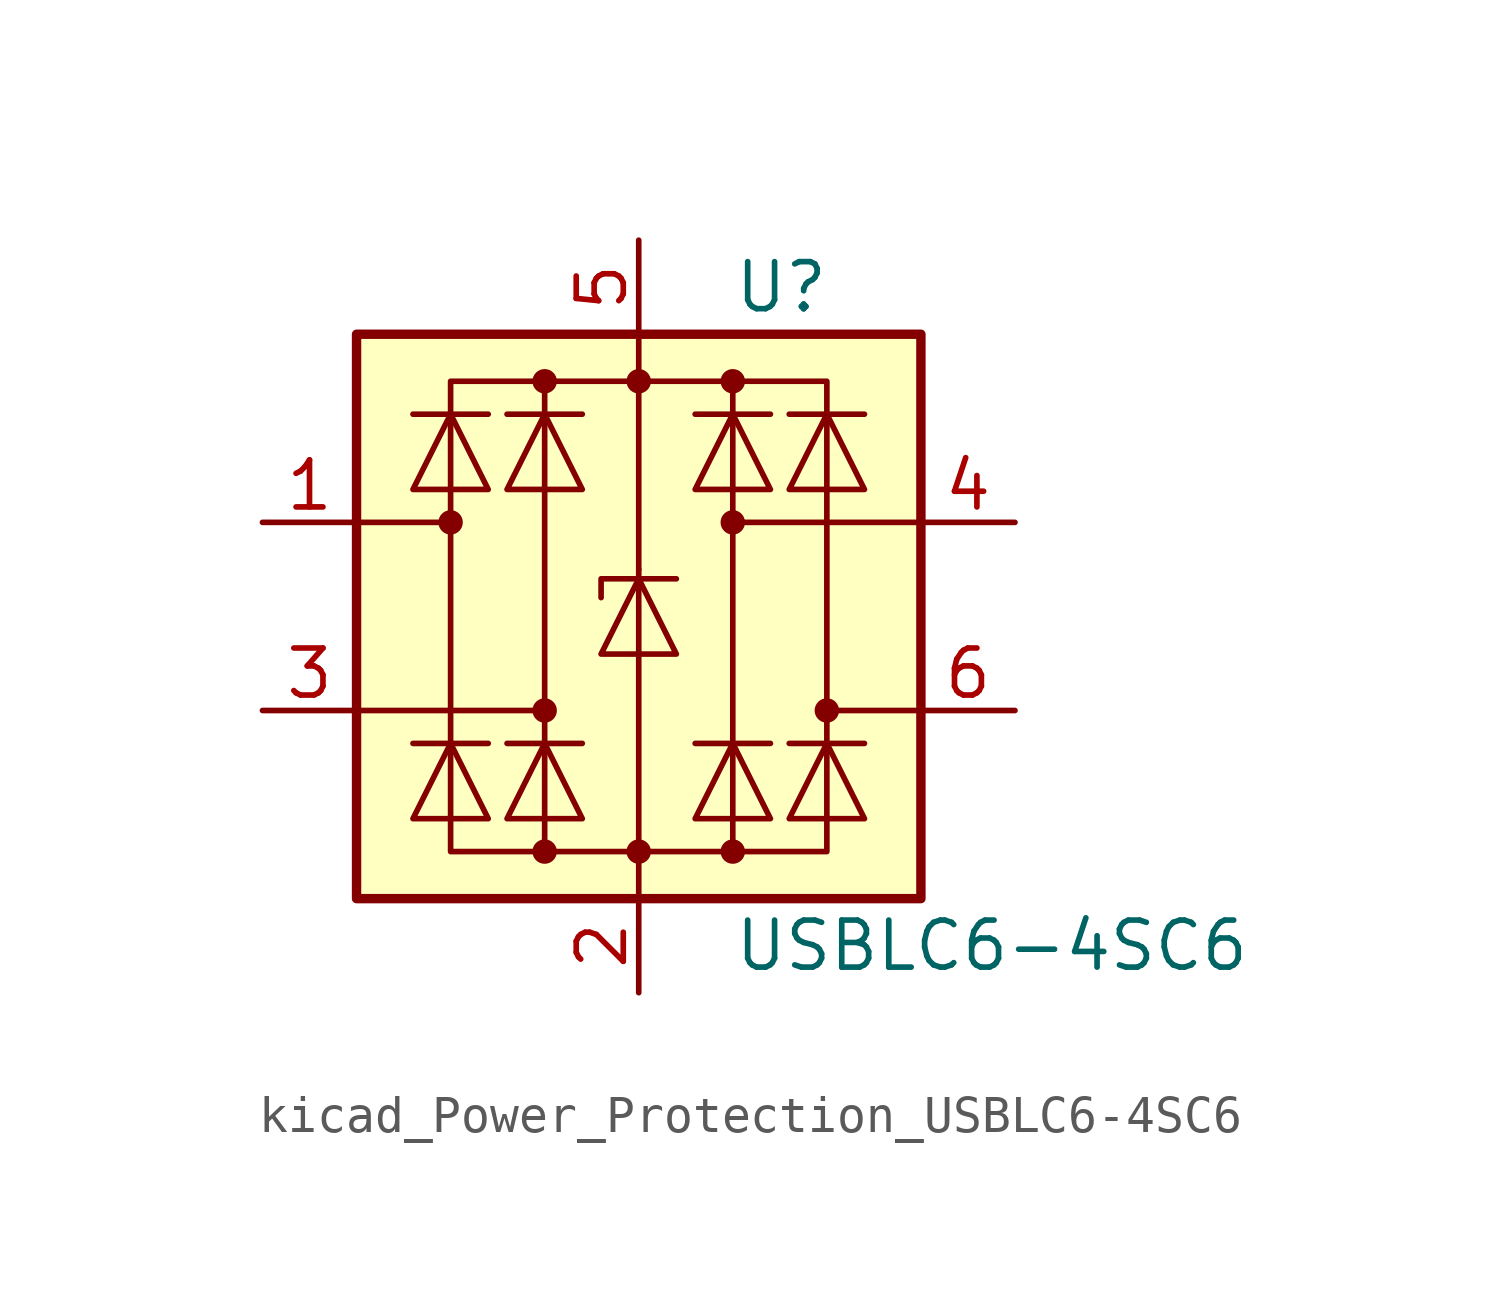
<source format=kicad_sym>
(kicad_symbol_lib
  (version 20220914)
  (generator kicad_symbol_editor)
  (symbol "kicad_Power_Protection_USBLC6-4SC6"
    (pin_names hide)
    (property "Reference" "U"
      (at 2.54 8.89 0)
      (effects (font (size 1.27 1.27)) (justify left)))
    (property "Value" "USBLC6-4SC6"
      (at 2.54 -8.89 0)
      (effects (font (size 1.27 1.27)) (justify left)))
    (symbol "kicad_Power_Protection_USBLC6-4SC6_0_1"
      (rectangle (start -7.62 -7.62) (end 7.62 7.62) (stroke (width 0.254) (type default)) (fill (type background)))
      (circle (center -5.08 2.54) (radius 0.254) (stroke (width 0) (type default)) (fill (type outline)))
      (circle (center -2.54 -6.35) (radius 0.254) (stroke (width 0) (type default)) (fill (type outline)))
      (circle (center -2.54 -2.54) (radius 0.254) (stroke (width 0) (type default)) (fill (type outline)))
      (circle (center -2.54 6.35) (radius 0.254) (stroke (width 0) (type default)) (fill (type outline)))
      (rectangle (start -2.54 6.35) (end 2.54 -6.35) (stroke (width 0) (type default)) (fill (type none)))
      (circle (center 0 -6.35) (radius 0.254) (stroke (width 0) (type default)) (fill (type outline)))
      (polyline (pts (xy -5.08 2.54) (xy -7.62 2.54)) (stroke (width 0) (type default)) (fill (type none)))
      (polyline (pts (xy -4.064 -3.429) (xy -6.096 -3.429)) (stroke (width 0) (type default)) (fill (type none)))
      (polyline (pts (xy -4.064 5.461) (xy -6.096 5.461)) (stroke (width 0) (type default)) (fill (type none)))
      (polyline (pts (xy -2.54 -2.54) (xy -7.62 -2.54)) (stroke (width 0) (type default)) (fill (type none)))
      (polyline (pts (xy -1.524 -3.429) (xy -3.556 -3.429)) (stroke (width 0) (type default)) (fill (type none)))
      (polyline (pts (xy -1.524 5.461) (xy -3.556 5.461)) (stroke (width 0) (type default)) (fill (type none)))
      (polyline (pts (xy 0 -7.62) (xy 0 -6.35)) (stroke (width 0) (type default)) (fill (type none)))
      (polyline (pts (xy 0 -6.35) (xy 0 1.27)) (stroke (width 0) (type default)) (fill (type none)))
      (polyline (pts (xy 0 1.27) (xy 0 6.35)) (stroke (width 0) (type default)) (fill (type none)))
      (polyline (pts (xy 0 6.35) (xy 0 7.62)) (stroke (width 0) (type default)) (fill (type none)))
      (polyline (pts (xy 1.524 -3.429) (xy 3.556 -3.429)) (stroke (width 0) (type default)) (fill (type none)))
      (polyline (pts (xy 1.524 5.461) (xy 3.556 5.461)) (stroke (width 0) (type default)) (fill (type none)))
      (polyline (pts (xy 2.54 2.54) (xy 7.62 2.54)) (stroke (width 0) (type default)) (fill (type none)))
      (polyline (pts (xy 4.064 -3.429) (xy 6.096 -3.429)) (stroke (width 0) (type default)) (fill (type none)))
      (polyline (pts (xy 4.064 5.461) (xy 6.096 5.461)) (stroke (width 0) (type default)) (fill (type none)))
      (polyline (pts (xy 5.08 -2.54) (xy 7.62 -2.54)) (stroke (width 0) (type default)) (fill (type none)))
      (polyline (pts (xy -6.096 -5.461) (xy -4.064 -5.461) (xy -5.08 -3.429) (xy -6.096 -5.461)) (stroke (width 0) (type default)) (fill (type none)))
      (polyline (pts (xy -6.096 3.429) (xy -4.064 3.429) (xy -5.08 5.461) (xy -6.096 3.429)) (stroke (width 0) (type default)) (fill (type none)))
      (polyline (pts (xy -3.556 -5.461) (xy -1.524 -5.461) (xy -2.54 -3.429) (xy -3.556 -5.461)) (stroke (width 0) (type default)) (fill (type none)))
      (polyline (pts (xy -3.556 3.429) (xy -1.524 3.429) (xy -2.54 5.461) (xy -3.556 3.429)) (stroke (width 0) (type default)) (fill (type none)))
      (polyline (pts (xy -2.54 6.35) (xy -5.08 6.35) (xy -5.08 -6.35) (xy -2.54 -6.35)) (stroke (width 0) (type default)) (fill (type none)))
      (polyline (pts (xy -1.016 -1.016) (xy 1.016 -1.016) (xy 0 1.016) (xy -1.016 -1.016)) (stroke (width 0) (type default)) (fill (type none)))
      (polyline (pts (xy 1.016 1.016) (xy 0.762 1.016) (xy -1.016 1.016) (xy -1.016 0.508)) (stroke (width 0) (type default)) (fill (type none)))
      (polyline (pts (xy 2.54 6.35) (xy 5.08 6.35) (xy 5.08 -6.35) (xy 2.54 -6.35)) (stroke (width 0) (type default)) (fill (type none)))
      (polyline (pts (xy 3.556 -5.461) (xy 1.524 -5.461) (xy 2.54 -3.429) (xy 3.556 -5.461)) (stroke (width 0) (type default)) (fill (type none)))
      (polyline (pts (xy 3.556 3.429) (xy 1.524 3.429) (xy 2.54 5.461) (xy 3.556 3.429)) (stroke (width 0) (type default)) (fill (type none)))
      (polyline (pts (xy 6.096 -5.461) (xy 4.064 -5.461) (xy 5.08 -3.429) (xy 6.096 -5.461)) (stroke (width 0) (type default)) (fill (type none)))
      (polyline (pts (xy 6.096 3.429) (xy 4.064 3.429) (xy 5.08 5.461) (xy 6.096 3.429)) (stroke (width 0) (type default)) (fill (type none)))
      (circle (center 0 6.35) (radius 0.254) (stroke (width 0) (type default)) (fill (type outline)))
      (circle (center 2.54 -6.35) (radius 0.254) (stroke (width 0) (type default)) (fill (type outline)))
      (circle (center 2.54 2.54) (radius 0.254) (stroke (width 0) (type default)) (fill (type outline)))
      (circle (center 2.54 6.35) (radius 0.254) (stroke (width 0) (type default)) (fill (type outline)))
      (circle (center 5.08 -2.54) (radius 0.254) (stroke (width 0) (type default)) (fill (type outline))))
    (symbol "kicad_Power_Protection_USBLC6-4SC6_1_1"
      (pin passive line (at -10.16 2.54 0) (length 2.54) (name "I/O1" (effects (font (size 1.27 1.27)))) (number "1" (effects (font (size 1.27 1.27)))))
      (pin passive line (at 0 -10.16 90) (length 2.54) (name "GND" (effects (font (size 1.27 1.27)))) (number "2" (effects (font (size 1.27 1.27)))))
      (pin passive line (at -10.16 -2.54 0) (length 2.54) (name "I/O2" (effects (font (size 1.27 1.27)))) (number "3" (effects (font (size 1.27 1.27)))))
      (pin passive line (at 10.16 2.54 180) (length 2.54) (name "I/O3" (effects (font (size 1.27 1.27)))) (number "4" (effects (font (size 1.27 1.27)))))
      (pin passive line (at 0 10.16 270) (length 2.54) (name "VBUS" (effects (font (size 1.27 1.27)))) (number "5" (effects (font (size 1.27 1.27)))))
      (pin passive line (at 10.16 -2.54 180) (length 2.54) (name "I/O4" (effects (font (size 1.27 1.27)))) (number "6" (effects (font (size 1.27 1.27))))))))
</source>
